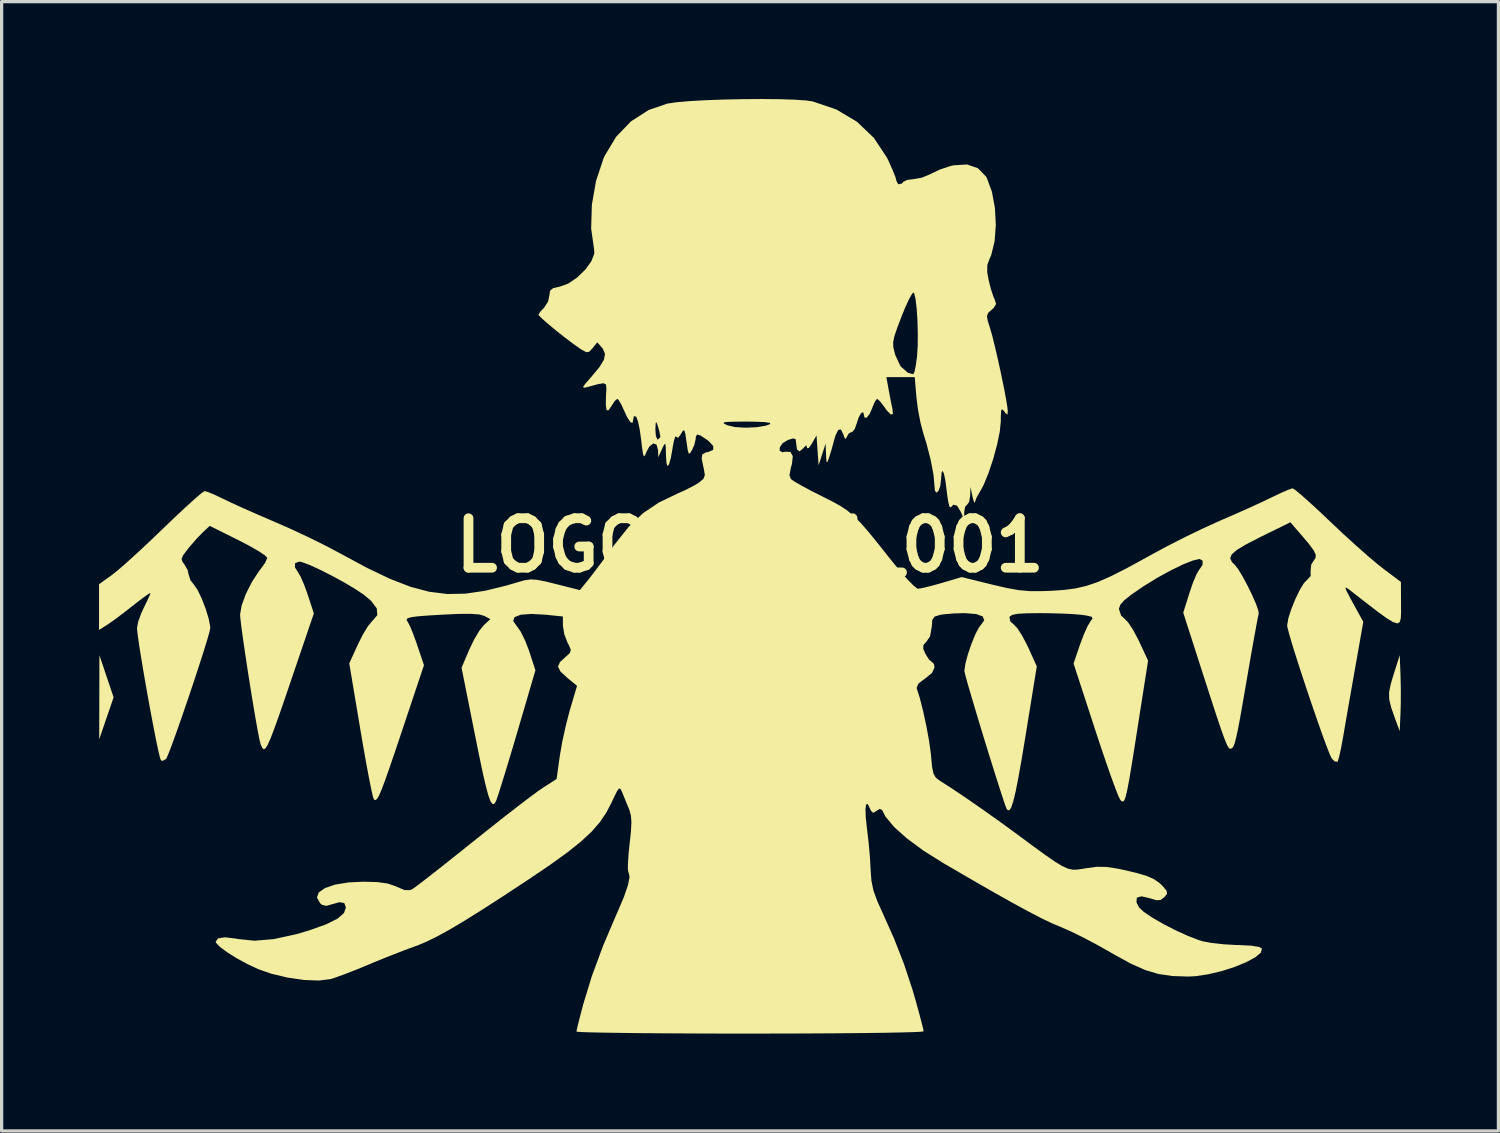
<source format=kicad_pcb>
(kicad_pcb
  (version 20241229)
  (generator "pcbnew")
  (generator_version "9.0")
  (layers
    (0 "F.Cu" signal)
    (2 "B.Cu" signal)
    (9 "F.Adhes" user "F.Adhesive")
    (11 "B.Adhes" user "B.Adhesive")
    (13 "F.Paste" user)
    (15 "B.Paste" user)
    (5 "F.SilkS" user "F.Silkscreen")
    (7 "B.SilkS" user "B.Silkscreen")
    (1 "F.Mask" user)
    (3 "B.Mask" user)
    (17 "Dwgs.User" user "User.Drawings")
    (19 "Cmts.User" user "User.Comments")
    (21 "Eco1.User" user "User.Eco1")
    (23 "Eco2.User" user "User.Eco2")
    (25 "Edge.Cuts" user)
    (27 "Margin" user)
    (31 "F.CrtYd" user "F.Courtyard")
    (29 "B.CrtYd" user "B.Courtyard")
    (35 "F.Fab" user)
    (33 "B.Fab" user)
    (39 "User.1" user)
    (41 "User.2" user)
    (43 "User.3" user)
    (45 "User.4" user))
  (footprint "LOGO_FLAN_001"
    (layer "F.Cu")
    (at 20.053 13.747)
    (property "Reference" "LOGO_FLAN_001" (at 0 0 0) (layer "F.SilkS") (effects (font (size 1.524 1.524) (thickness 0.3))))
    (attr through_hole)
    (fp_poly (pts (xy -19.822 4.033) (xy -19.604 4.682) (xy -19.825 5.328) (xy -20.047 5.974) (xy -20.044 4.679) (xy -20.041 3.384)) (stroke (width 0) (type solid)) (fill yes) (layer "F.SilkS"))
    (fp_poly (pts (xy 20.035 3.993) (xy 20.045 4.407) (xy 20.044 4.854) (xy 20.035 5.163) (xy 20.011 5.723) (xy 19.871 5.347) (xy 19.749 5) (xy 19.687 4.747) (xy 19.683 4.524) (xy 19.735 4.271) (xy 19.818 3.993) (xy 20.011 3.384)) (stroke (width 0) (type solid)) (fill yes) (layer "F.SilkS"))
    (fp_poly (pts (xy 0.903 -13.742) (xy 1.369 -13.727) (xy 1.73 -13.702) (xy 1.929 -13.673) (xy 2.66 -13.424) (xy 3.292 -13.048) (xy 3.814 -12.55) (xy 4.217 -11.941) (xy 4.264 -11.844) (xy 4.389 -11.567) (xy 4.478 -11.341) (xy 4.512 -11.217) (xy 4.512 -11.217) (xy 4.564 -11.122) (xy 4.67 -11.14) (xy 4.721 -11.196) (xy 4.833 -11.254) (xy 5.032 -11.28) (xy 5.039 -11.28) (xy 5.293 -11.325) (xy 5.558 -11.435) (xy 5.582 -11.449) (xy 5.84 -11.572) (xy 6.155 -11.678) (xy 6.265 -11.705) (xy 6.682 -11.731) (xy 7.018 -11.616) (xy 7.263 -11.364) (xy 7.3 -11.299) (xy 7.451 -10.887) (xy 7.542 -10.392) (xy 7.57 -9.868) (xy 7.533 -9.369) (xy 7.431 -8.949) (xy 7.379 -8.829) (xy 7.309 -8.637) (xy 7.305 -8.419) (xy 7.348 -8.175) (xy 7.419 -7.894) (xy 7.497 -7.657) (xy 7.531 -7.582) (xy 7.578 -7.433) (xy 7.504 -7.311) (xy 7.44 -7.255) (xy 7.333 -7.158) (xy 7.296 -7.059) (xy 7.324 -6.904) (xy 7.387 -6.707) (xy 7.456 -6.469) (xy 7.541 -6.127) (xy 7.635 -5.723) (xy 7.729 -5.293) (xy 7.815 -4.879) (xy 7.883 -4.519) (xy 7.926 -4.254) (xy 7.937 -4.141) (xy 7.929 -4.029) (xy 7.879 -4.061) (xy 7.828 -4.128) (xy 7.766 -4.193) (xy 7.734 -4.153) (xy 7.724 -3.983) (xy 7.724 -3.83) (xy 7.694 -3.514) (xy 7.61 -3.105) (xy 7.488 -2.655) (xy 7.343 -2.221) (xy 7.193 -1.856) (xy 7.084 -1.658) (xy 6.975 -1.468) (xy 6.924 -1.324) (xy 6.903 -1.32) (xy 6.864 -1.448) (xy 6.851 -1.504) (xy 6.79 -1.796) (xy 6.779 -1.525) (xy 6.749 -1.34) (xy 6.69 -1.254) (xy 6.684 -1.253) (xy 6.622 -1.181) (xy 6.597 -1.024) (xy 6.593 -0.794) (xy 6.492 -1.029) (xy 6.375 -1.224) (xy 6.262 -1.252) (xy 6.181 -1.166) (xy 6.143 -1.192) (xy 6.102 -1.351) (xy 6.064 -1.611) (xy 6.059 -1.661) (xy 6.017 -1.989) (xy 5.973 -2.204) (xy 5.932 -2.292) (xy 5.9 -2.241) (xy 5.884 -2.037) (xy 5.857 -1.82) (xy 5.802 -1.674) (xy 5.74 -1.622) (xy 5.693 -1.688) (xy 5.682 -1.817) (xy 5.651 -2.168) (xy 5.566 -2.62) (xy 5.438 -3.121) (xy 5.337 -3.447) (xy 5.247 -3.789) (xy 5.169 -4.202) (xy 5.125 -4.554) (xy 5.072 -5.18) (xy 4.199 -5.18) (xy 4.271 -4.783) (xy 4.323 -4.503) (xy 4.372 -4.265) (xy 4.387 -4.199) (xy 4.399 -4.044) (xy 4.337 -4.029) (xy 4.215 -4.151) (xy 4.136 -4.261) (xy 4.011 -4.426) (xy 3.922 -4.509) (xy 3.913 -4.512) (xy 3.853 -4.441) (xy 3.776 -4.266) (xy 3.76 -4.219) (xy 3.675 -4.032) (xy 3.586 -3.929) (xy 3.523 -3.937) (xy 3.509 -4.011) (xy 3.482 -4.104) (xy 3.419 -4.069) (xy 3.343 -3.933) (xy 3.294 -3.781) (xy 3.227 -3.588) (xy 3.154 -3.496) (xy 3.136 -3.495) (xy 3.045 -3.451) (xy 2.995 -3.369) (xy 2.944 -3.273) (xy 2.904 -3.323) (xy 2.878 -3.405) (xy 2.801 -3.565) (xy 2.719 -3.559) (xy 2.634 -3.39) (xy 2.589 -3.238) (xy 2.514 -2.962) (xy 2.44 -2.72) (xy 2.425 -2.674) (xy 2.379 -2.559) (xy 2.355 -2.578) (xy 2.342 -2.744) (xy 2.34 -2.799) (xy 2.327 -3.133) (xy 2.219 -2.799) (xy 2.112 -2.465) (xy 2.079 -2.924) (xy 2.047 -3.384) (xy 1.904 -3.133) (xy 1.811 -3.001) (xy 1.759 -2.99) (xy 1.755 -3.008) (xy 1.733 -3.081) (xy 1.662 -3.017) (xy 1.639 -2.988) (xy 1.522 -2.893) (xy 1.445 -2.954) (xy 1.42 -3.143) (xy 1.405 -3.269) (xy 1.326 -3.293) (xy 1.17 -3.246) (xy 1.008 -3.15) (xy 0.918 -3.025) (xy 0.91 -2.917) (xy 0.994 -2.867) (xy 1.087 -2.883) (xy 1.245 -2.876) (xy 1.316 -2.744) (xy 1.291 -2.506) (xy 1.262 -2.412) (xy 1.214 -2.163) (xy 1.255 -2.045) (xy 1.36 -1.969) (xy 1.583 -1.84) (xy 1.889 -1.676) (xy 2.204 -1.517) (xy 2.519 -1.359) (xy 2.773 -1.219) (xy 2.991 -1.075) (xy 3.195 -0.906) (xy 3.408 -0.69) (xy 3.655 -0.407) (xy 3.958 -0.034) (xy 4.337 0.445) (xy 4.604 0.772) (xy 4.845 1.046) (xy 5.037 1.241) (xy 5.156 1.333) (xy 5.172 1.337) (xy 5.314 1.314) (xy 5.564 1.254) (xy 5.872 1.169) (xy 5.913 1.157) (xy 6.519 0.978) (xy 7.456 1.209) (xy 7.912 1.315) (xy 8.275 1.38) (xy 8.609 1.41) (xy 8.981 1.411) (xy 9.272 1.401) (xy 9.672 1.374) (xy 10.027 1.327) (xy 10.366 1.248) (xy 10.718 1.127) (xy 11.114 0.953) (xy 11.584 0.715) (xy 12.158 0.402) (xy 12.343 0.299) (xy 12.845 0.028) (xy 13.407 -0.258) (xy 13.964 -0.527) (xy 14.448 -0.746) (xy 14.473 -0.757) (xy 14.919 -0.951) (xy 15.369 -1.151) (xy 15.77 -1.335) (xy 16.061 -1.475) (xy 16.344 -1.61) (xy 16.574 -1.71) (xy 16.705 -1.754) (xy 16.713 -1.755) (xy 16.8 -1.699) (xy 16.985 -1.546) (xy 17.247 -1.313) (xy 17.566 -1.019) (xy 17.87 -0.731) (xy 18.264 -0.359) (xy 18.665 0.006) (xy 19.037 0.334) (xy 19.346 0.595) (xy 19.492 0.71) (xy 20.048 1.128) (xy 20.051 1.82) (xy 20.052 2.07) (xy 20.044 2.253) (xy 20.01 2.367) (xy 19.935 2.405) (xy 19.803 2.363) (xy 19.599 2.238) (xy 19.307 2.025) (xy 18.91 1.719) (xy 18.474 1.379) (xy 18.373 1.306) (xy 18.337 1.307) (xy 18.371 1.401) (xy 18.478 1.608) (xy 18.574 1.784) (xy 18.889 2.356) (xy 18.636 3.789) (xy 18.542 4.322) (xy 18.448 4.856) (xy 18.363 5.346) (xy 18.294 5.745) (xy 18.265 5.917) (xy 18.205 6.241) (xy 18.148 6.5) (xy 18.102 6.65) (xy 18.091 6.668) (xy 18.006 6.656) (xy 17.918 6.568) (xy 17.858 6.442) (xy 17.757 6.185) (xy 17.624 5.824) (xy 17.47 5.387) (xy 17.303 4.901) (xy 17.132 4.395) (xy 16.967 3.895) (xy 16.817 3.429) (xy 16.691 3.024) (xy 16.599 2.709) (xy 16.549 2.511) (xy 16.543 2.467) (xy 16.578 2.256) (xy 16.668 1.972) (xy 16.793 1.663) (xy 16.93 1.377) (xy 17.06 1.164) (xy 17.144 1.078) (xy 17.268 0.945) (xy 17.265 0.811) (xy 17.283 0.599) (xy 17.351 0.486) (xy 17.416 0.393) (xy 17.425 0.293) (xy 17.363 0.158) (xy 17.217 -0.04) (xy 16.973 -0.329) (xy 16.932 -0.376) (xy 16.643 -0.71) (xy 15.716 -0.254) (xy 15.285 -0.033) (xy 14.995 0.141) (xy 14.835 0.281) (xy 14.789 0.402) (xy 14.845 0.518) (xy 14.921 0.591) (xy 15.028 0.723) (xy 15.169 0.954) (xy 15.323 1.241) (xy 15.47 1.543) (xy 15.589 1.817) (xy 15.659 2.022) (xy 15.667 2.106) (xy 15.642 2.216) (xy 15.595 2.466) (xy 15.528 2.833) (xy 15.446 3.291) (xy 15.355 3.816) (xy 15.296 4.158) (xy 15.185 4.803) (xy 15.097 5.302) (xy 15.027 5.674) (xy 14.97 5.936) (xy 14.923 6.108) (xy 14.881 6.208) (xy 14.839 6.254) (xy 14.793 6.266) (xy 14.791 6.266) (xy 14.757 6.252) (xy 14.717 6.197) (xy 14.664 6.086) (xy 14.592 5.902) (xy 14.495 5.63) (xy 14.369 5.254) (xy 14.206 4.757) (xy 14.002 4.124) (xy 13.902 3.815) (xy 13.343 2.075) (xy 13.539 1.452) (xy 13.645 1.144) (xy 13.75 0.894) (xy 13.833 0.75) (xy 13.844 0.739) (xy 13.937 0.605) (xy 13.94 0.476) (xy 13.85 0.42) (xy 13.849 0.42) (xy 13.643 0.467) (xy 13.334 0.59) (xy 12.958 0.773) (xy 12.549 0.997) (xy 12.143 1.247) (xy 12.08 1.288) (xy 11.739 1.523) (xy 11.521 1.697) (xy 11.404 1.831) (xy 11.364 1.947) (xy 11.363 1.966) (xy 11.43 2.165) (xy 11.53 2.256) (xy 11.643 2.371) (xy 11.793 2.596) (xy 11.949 2.887) (xy 11.978 2.948) (xy 12.26 3.551) (xy 11.943 5.575) (xy 11.834 6.271) (xy 11.746 6.818) (xy 11.676 7.233) (xy 11.619 7.531) (xy 11.573 7.729) (xy 11.533 7.844) (xy 11.495 7.89) (xy 11.455 7.886) (xy 11.409 7.847) (xy 11.405 7.842) (xy 11.351 7.734) (xy 11.254 7.49) (xy 11.122 7.131) (xy 10.965 6.681) (xy 10.789 6.163) (xy 10.631 5.685) (xy 9.965 3.64) (xy 10.163 3.059) (xy 10.278 2.752) (xy 10.393 2.495) (xy 10.485 2.341) (xy 10.488 2.337) (xy 10.551 2.25) (xy 10.517 2.199) (xy 10.36 2.162) (xy 10.226 2.142) (xy 9.974 2.12) (xy 9.612 2.102) (xy 9.197 2.091) (xy 8.937 2.089) (xy 8.522 2.093) (xy 8.246 2.109) (xy 8.082 2.141) (xy 8.004 2.19) (xy 7.991 2.213) (xy 8.018 2.349) (xy 8.112 2.427) (xy 8.226 2.544) (xy 8.374 2.77) (xy 8.528 3.062) (xy 8.557 3.122) (xy 8.832 3.728) (xy 8.484 5.876) (xy 8.364 6.6) (xy 8.262 7.171) (xy 8.177 7.6) (xy 8.103 7.901) (xy 8.04 8.085) (xy 7.982 8.164) (xy 7.928 8.15) (xy 7.906 8.121) (xy 7.862 8.011) (xy 7.78 7.769) (xy 7.667 7.42) (xy 7.531 6.992) (xy 7.38 6.51) (xy 7.223 6.001) (xy 7.068 5.492) (xy 6.923 5.008) (xy 6.795 4.578) (xy 6.693 4.227) (xy 6.626 3.981) (xy 6.601 3.867) (xy 6.601 3.866) (xy 6.632 3.649) (xy 6.711 3.352) (xy 6.821 3.03) (xy 6.941 2.737) (xy 7.053 2.525) (xy 7.101 2.465) (xy 7.213 2.309) (xy 7.167 2.191) (xy 6.969 2.117) (xy 6.623 2.089) (xy 6.601 2.089) (xy 6.281 2.098) (xy 5.988 2.122) (xy 5.859 2.141) (xy 5.686 2.194) (xy 5.613 2.297) (xy 5.598 2.504) (xy 5.544 2.805) (xy 5.44 2.958) (xy 5.338 3.073) (xy 5.336 3.191) (xy 5.404 3.347) (xy 5.509 3.515) (xy 5.599 3.592) (xy 5.604 3.593) (xy 5.667 3.663) (xy 5.682 3.763) (xy 5.604 3.932) (xy 5.391 4.104) (xy 5.384 4.108) (xy 5.183 4.262) (xy 5.13 4.393) (xy 5.134 4.404) (xy 5.23 4.709) (xy 5.334 5.121) (xy 5.434 5.583) (xy 5.516 6.035) (xy 5.569 6.42) (xy 5.576 6.503) (xy 5.607 6.827) (xy 5.649 7.029) (xy 5.718 7.152) (xy 5.83 7.241) (xy 5.84 7.247) (xy 6.199 7.477) (xy 6.655 7.783) (xy 7.174 8.143) (xy 7.719 8.53) (xy 8.23 8.903) (xy 8.723 9.268) (xy 9.104 9.545) (xy 9.393 9.744) (xy 9.612 9.878) (xy 9.784 9.956) (xy 9.931 9.99) (xy 10.073 9.989) (xy 10.233 9.966) (xy 10.345 9.946) (xy 10.677 9.901) (xy 10.982 9.906) (xy 11.341 9.962) (xy 11.461 9.987) (xy 11.905 10.091) (xy 12.221 10.185) (xy 12.445 10.284) (xy 12.614 10.403) (xy 12.708 10.494) (xy 12.831 10.641) (xy 12.843 10.736) (xy 12.759 10.839) (xy 12.644 10.925) (xy 12.509 10.93) (xy 12.317 10.871) (xy 12.056 10.811) (xy 11.914 10.854) (xy 11.901 10.993) (xy 11.979 11.15) (xy 12.123 11.287) (xy 12.383 11.463) (xy 12.722 11.659) (xy 13.1 11.854) (xy 13.48 12.027) (xy 13.822 12.159) (xy 13.954 12.199) (xy 14.218 12.248) (xy 14.578 12.288) (xy 14.965 12.31) (xy 15.03 12.311) (xy 15.434 12.331) (xy 15.683 12.371) (xy 15.769 12.424) (xy 15.73 12.55) (xy 15.556 12.694) (xy 15.277 12.843) (xy 14.925 12.987) (xy 14.528 13.114) (xy 14.117 13.212) (xy 13.722 13.271) (xy 13.494 13.283) (xy 13.007 13.266) (xy 12.582 13.204) (xy 12.172 13.082) (xy 11.731 12.886) (xy 11.212 12.602) (xy 11.124 12.55) (xy 10.699 12.31) (xy 10.262 12.079) (xy 9.864 11.884) (xy 9.557 11.751) (xy 9.296 11.641) (xy 8.964 11.481) (xy 8.549 11.265) (xy 8.039 10.987) (xy 7.421 10.639) (xy 6.684 10.214) (xy 5.969 9.798) (xy 5.349 9.409) (xy 4.833 9.03) (xy 4.435 8.673) (xy 4.169 8.352) (xy 4.069 8.155) (xy 3.996 8.117) (xy 3.9 8.177) (xy 3.789 8.241) (xy 3.719 8.17) (xy 3.691 8.1) (xy 3.622 7.966) (xy 3.576 7.979) (xy 3.556 8.122) (xy 3.563 8.376) (xy 3.601 8.724) (xy 3.603 8.743) (xy 3.653 9.163) (xy 3.693 9.618) (xy 3.713 9.985) (xy 3.738 10.33) (xy 3.801 10.633) (xy 3.92 10.962) (xy 4.045 11.238) (xy 4.43 12.099) (xy 4.74 12.891) (xy 5.002 13.682) (xy 5.1 14.019) (xy 5.2 14.383) (xy 5.281 14.687) (xy 5.333 14.896) (xy 5.347 14.97) (xy 5.266 14.982) (xy 5.032 14.994) (xy 4.658 15.004) (xy 4.16 15.014) (xy 3.55 15.022) (xy 2.843 15.029) (xy 2.053 15.034) (xy 1.193 15.038) (xy 0.279 15.039) (xy 0 15.039) (xy -0.928 15.039) (xy -1.806 15.036) (xy -2.618 15.031) (xy -3.351 15.026) (xy -3.991 15.018) (xy -4.523 15.01) (xy -4.935 15.001) (xy -5.212 14.991) (xy -5.34 14.98) (xy -5.347 14.977) (xy -5.327 14.874) (xy -5.272 14.648) (xy -5.192 14.339) (xy -5.141 14.145) (xy -4.875 13.276) (xy -4.525 12.328) (xy -4.11 11.355) (xy -4.076 11.28) (xy -3.885 10.83) (xy -3.761 10.468) (xy -3.711 10.213) (xy -3.739 10.082) (xy -3.746 10.077) (xy -3.764 9.982) (xy -3.76 9.76) (xy -3.737 9.447) (xy -3.712 9.217) (xy -3.669 8.814) (xy -3.654 8.532) (xy -3.669 8.329) (xy -3.714 8.16) (xy -3.736 8.105) (xy -3.842 7.847) (xy -3.936 7.616) (xy -3.941 7.603) (xy -3.989 7.503) (xy -4.037 7.49) (xy -4.104 7.584) (xy -4.212 7.804) (xy -4.261 7.913) (xy -4.426 8.231) (xy -4.626 8.527) (xy -4.88 8.819) (xy -5.207 9.123) (xy -5.623 9.456) (xy -6.149 9.836) (xy -6.802 10.278) (xy -6.841 10.304) (xy -7.607 10.808) (xy -8.253 11.225) (xy -8.794 11.563) (xy -9.248 11.833) (xy -9.63 12.043) (xy -9.957 12.204) (xy -10.244 12.325) (xy -10.361 12.367) (xy -10.677 12.483) (xy -11.083 12.641) (xy -11.514 12.815) (xy -11.75 12.914) (xy -12.133 13.072) (xy -12.495 13.213) (xy -12.787 13.318) (xy -12.922 13.361) (xy -13.279 13.405) (xy -13.737 13.388) (xy -14.243 13.315) (xy -14.748 13.194) (xy -15.139 13.058) (xy -15.473 12.903) (xy -15.805 12.723) (xy -16.1 12.538) (xy -16.326 12.372) (xy -16.448 12.245) (xy -16.46 12.209) (xy -16.386 12.107) (xy -16.175 12.074) (xy -15.844 12.112) (xy -15.777 12.126) (xy -15.263 12.179) (xy -14.666 12.129) (xy -13.969 11.976) (xy -13.553 11.852) (xy -13.052 11.672) (xy -12.707 11.499) (xy -12.509 11.327) (xy -12.449 11.159) (xy -12.497 11.019) (xy -12.648 10.992) (xy -12.855 11.05) (xy -13.055 11.106) (xy -13.185 11.072) (xy -13.246 11.02) (xy -13.34 10.849) (xy -13.284 10.692) (xy -13.093 10.557) (xy -12.783 10.451) (xy -12.371 10.383) (xy -11.901 10.361) (xy -11.474 10.373) (xy -11.163 10.417) (xy -10.921 10.499) (xy -10.877 10.52) (xy -10.641 10.618) (xy -10.476 10.621) (xy -10.401 10.589) (xy -10.294 10.513) (xy -10.076 10.348) (xy -9.766 10.107) (xy -9.384 9.806) (xy -8.949 9.46) (xy -8.524 9.12) (xy -8.039 8.733) (xy -7.574 8.366) (xy -7.15 8.037) (xy -6.792 7.764) (xy -6.522 7.565) (xy -6.384 7.47) (xy -5.959 7.198) (xy -5.861 6.493) (xy -5.786 6.059) (xy -5.678 5.565) (xy -5.561 5.11) (xy -5.546 5.059) (xy -5.329 4.328) (xy -5.631 4.08) (xy -5.842 3.884) (xy -5.916 3.736) (xy -5.855 3.596) (xy -5.702 3.455) (xy -5.554 3.323) (xy -5.52 3.218) (xy -5.586 3.065) (xy -5.619 3.006) (xy -5.722 2.74) (xy -5.765 2.469) (xy -5.765 2.192) (xy -6.287 2.138) (xy -6.741 2.113) (xy -7.066 2.138) (xy -7.254 2.212) (xy -7.296 2.33) (xy -7.184 2.49) (xy -7.183 2.491) (xy -7.066 2.655) (xy -6.933 2.923) (xy -6.81 3.239) (xy -6.805 3.255) (xy -6.611 3.849) (xy -7.186 5.81) (xy -7.349 6.36) (xy -7.501 6.862) (xy -7.633 7.291) (xy -7.738 7.624) (xy -7.809 7.836) (xy -7.835 7.901) (xy -7.888 7.967) (xy -7.941 7.963) (xy -7.999 7.875) (xy -8.065 7.69) (xy -8.144 7.393) (xy -8.241 6.972) (xy -8.358 6.411) (xy -8.483 5.791) (xy -8.886 3.77) (xy -8.649 3.213) (xy -8.501 2.904) (xy -8.34 2.634) (xy -8.206 2.465) (xy -8 2.273) (xy -8.185 2.174) (xy -8.338 2.13) (xy -8.603 2.11) (xy -8.998 2.113) (xy -9.428 2.133) (xy -9.907 2.161) (xy -10.24 2.187) (xy -10.449 2.216) (xy -10.555 2.252) (xy -10.579 2.299) (xy -10.543 2.363) (xy -10.538 2.369) (xy -10.473 2.492) (xy -10.377 2.727) (xy -10.268 3.027) (xy -10.251 3.079) (xy -10.044 3.691) (xy -10.705 5.668) (xy -10.927 6.33) (xy -11.104 6.848) (xy -11.242 7.239) (xy -11.347 7.519) (xy -11.426 7.703) (xy -11.486 7.806) (xy -11.533 7.846) (xy -11.573 7.837) (xy -11.588 7.824) (xy -11.62 7.726) (xy -11.674 7.486) (xy -11.745 7.128) (xy -11.83 6.674) (xy -11.923 6.147) (xy -12 5.696) (xy -12.345 3.635) (xy -12.074 3.041) (xy -11.921 2.739) (xy -11.768 2.489) (xy -11.643 2.337) (xy -11.629 2.326) (xy -11.481 2.15) (xy -11.497 1.944) (xy -11.676 1.706) (xy -11.899 1.52) (xy -12.166 1.342) (xy -12.501 1.143) (xy -12.868 0.943) (xy -13.228 0.76) (xy -13.547 0.613) (xy -13.786 0.522) (xy -13.887 0.501) (xy -14.015 0.552) (xy -14.016 0.684) (xy -13.922 0.829) (xy -13.84 0.972) (xy -13.732 1.222) (xy -13.623 1.525) (xy -13.622 1.529) (xy -13.436 2.097) (xy -14.078 3.984) (xy -14.314 4.679) (xy -14.504 5.228) (xy -14.654 5.646) (xy -14.769 5.947) (xy -14.857 6.144) (xy -14.924 6.251) (xy -14.975 6.282) (xy -15.018 6.249) (xy -15.059 6.168) (xy -15.076 6.125) (xy -15.111 5.984) (xy -15.165 5.708) (xy -15.233 5.327) (xy -15.31 4.871) (xy -15.392 4.37) (xy -15.473 3.855) (xy -15.549 3.355) (xy -15.615 2.9) (xy -15.667 2.522) (xy -15.699 2.25) (xy -15.708 2.128) (xy -15.659 1.847) (xy -15.528 1.493) (xy -15.341 1.123) (xy -15.124 0.792) (xy -15.07 0.725) (xy -14.939 0.542) (xy -14.874 0.399) (xy -14.872 0.385) (xy -14.943 0.309) (xy -15.135 0.18) (xy -15.42 0.017) (xy -15.758 -0.159) (xy -16.643 -0.599) (xy -16.852 -0.404) (xy -17.037 -0.214) (xy -17.247 0.027) (xy -17.313 0.108) (xy -17.461 0.304) (xy -17.511 0.424) (xy -17.477 0.518) (xy -17.431 0.574) (xy -17.322 0.762) (xy -17.295 0.892) (xy -17.236 1.075) (xy -17.133 1.207) (xy -17.02 1.368) (xy -16.892 1.635) (xy -16.769 1.952) (xy -16.674 2.262) (xy -16.628 2.508) (xy -16.626 2.544) (xy -16.652 2.671) (xy -16.726 2.928) (xy -16.836 3.287) (xy -16.976 3.72) (xy -17.134 4.201) (xy -17.302 4.702) (xy -17.471 5.195) (xy -17.631 5.653) (xy -17.773 6.048) (xy -17.887 6.353) (xy -17.966 6.541) (xy -17.989 6.583) (xy -18.099 6.641) (xy -18.148 6.617) (xy -18.181 6.519) (xy -18.236 6.283) (xy -18.308 5.938) (xy -18.391 5.512) (xy -18.481 5.032) (xy -18.573 4.527) (xy -18.661 4.024) (xy -18.741 3.55) (xy -18.808 3.135) (xy -18.856 2.805) (xy -18.881 2.589) (xy -18.883 2.543) (xy -18.846 2.35) (xy -18.75 2.086) (xy -18.674 1.922) (xy -18.559 1.688) (xy -18.483 1.519) (xy -18.465 1.467) (xy -18.525 1.495) (xy -18.684 1.607) (xy -18.913 1.782) (xy -19.006 1.855) (xy -19.296 2.081) (xy -19.569 2.286) (xy -19.774 2.43) (xy -19.8 2.447) (xy -20.053 2.607) (xy -20.053 1.198) (xy -19.656 0.914) (xy -19.47 0.765) (xy -19.192 0.523) (xy -18.849 0.211) (xy -18.467 -0.146) (xy -18.076 -0.521) (xy -17.708 -0.874) (xy -17.377 -1.183) (xy -17.103 -1.431) (xy -16.906 -1.599) (xy -16.805 -1.67) (xy -16.799 -1.671) (xy -16.68 -1.636) (xy -16.463 -1.544) (xy -16.228 -1.431) (xy -15.971 -1.309) (xy -15.605 -1.142) (xy -15.174 -0.952) (xy -14.723 -0.757) (xy -14.622 -0.714) (xy -14.118 -0.492) (xy -13.574 -0.237) (xy -13.055 0.02) (xy -12.626 0.248) (xy -12.616 0.253) (xy -11.804 0.691) (xy -11.096 1.03) (xy -10.465 1.275) (xy -9.884 1.43) (xy -9.325 1.5) (xy -8.761 1.488) (xy -8.164 1.4) (xy -7.508 1.24) (xy -7.144 1.133) (xy -6.934 1.074) (xy -6.756 1.05) (xy -6.562 1.062) (xy -6.3 1.114) (xy -5.984 1.191) (xy -5.242 1.379) (xy -4.981 1.058) (xy -4.822 0.854) (xy -4.6 0.559) (xy -4.348 0.217) (xy -4.174 -0.023) (xy -3.74 -0.568) (xy -3.3 -0.988) (xy -2.808 -1.319) (xy -2.256 -1.584) (xy -1.961 -1.718) (xy -1.697 -1.856) (xy -1.575 -1.932) (xy -1.438 -2.045) (xy -1.393 -2.163) (xy -1.422 -2.353) (xy -1.44 -2.425) (xy -1.49 -2.671) (xy -1.47 -2.801) (xy -1.366 -2.86) (xy -1.286 -2.875) (xy -1.134 -2.94) (xy -1.134 -3.06) (xy -1.282 -3.218) (xy -1.325 -3.25) (xy -1.527 -3.383) (xy -1.632 -3.413) (xy -1.67 -3.342) (xy -1.674 -3.279) (xy -1.716 -3.096) (xy -1.787 -2.934) (xy -1.852 -2.832) (xy -1.892 -2.832) (xy -1.924 -2.956) (xy -1.957 -3.185) (xy -1.994 -3.437) (xy -2.027 -3.544) (xy -2.069 -3.529) (xy -2.126 -3.434) (xy -2.214 -3.31) (xy -2.269 -3.34) (xy -2.273 -3.35) (xy -2.306 -3.346) (xy -2.348 -3.207) (xy -2.375 -3.06) (xy -2.437 -2.708) (xy -2.494 -2.499) (xy -2.541 -2.438) (xy -2.574 -2.532) (xy -2.589 -2.757) (xy -2.596 -3.016) (xy -2.61 -3.126) (xy -2.644 -3.106) (xy -2.708 -2.976) (xy -2.712 -2.966) (xy -2.827 -2.715) (xy -2.834 -2.931) (xy -2.881 -3.104) (xy -2.982 -3.139) (xy -3.103 -3.042) (xy -3.185 -2.89) (xy -3.236 -2.768) (xy -3.271 -2.741) (xy -3.3 -2.829) (xy -3.331 -3.051) (xy -3.354 -3.254) (xy -3.399 -3.566) (xy -3.4 -3.572) (xy -2.916 -3.572) (xy -2.902 -3.371) (xy -2.856 -3.264) (xy -2.841 -3.259) (xy -2.769 -3.324) (xy -2.766 -3.363) (xy -2.796 -3.519) (xy -2.841 -3.676) (xy -2.881 -3.784) (xy -0.81 -3.784) (xy -0.808 -3.753) (xy -0.718 -3.706) (xy -0.706 -3.7) (xy -0.469 -3.643) (xy -0.145 -3.623) (xy 0.197 -3.638) (xy 0.49 -3.686) (xy 0.621 -3.735) (xy 0.614 -3.772) (xy 0.445 -3.796) (xy 0.12 -3.809) (xy -0.098 -3.811) (xy -0.476 -3.809) (xy -0.707 -3.801) (xy -0.81 -3.784) (xy -2.881 -3.784) (xy -2.884 -3.793) (xy -2.906 -3.772) (xy -2.915 -3.599) (xy -2.916 -3.572) (xy -3.4 -3.572) (xy -3.452 -3.815) (xy -3.503 -3.953) (xy -3.509 -3.96) (xy -3.578 -3.981) (xy -3.593 -3.902) (xy -3.618 -3.773) (xy -3.687 -3.793) (xy -3.79 -3.955) (xy -3.873 -4.136) (xy -3.974 -4.354) (xy -4.059 -4.49) (xy -4.088 -4.512) (xy -4.168 -4.446) (xy -4.261 -4.303) (xy -4.359 -4.158) (xy -4.419 -4.163) (xy -4.443 -4.325) (xy -4.437 -4.608) (xy -4.425 -4.83) (xy -4.438 -4.953) (xy -4.51 -4.993) (xy -4.676 -4.966) (xy -4.967 -4.887) (xy -5.013 -4.874) (xy -5.121 -4.852) (xy -5.141 -4.883) (xy -5.063 -4.991) (xy -4.905 -5.17) (xy -4.644 -5.483) (xy -4.501 -5.716) (xy -4.468 -5.896) (xy -4.533 -6.051) (xy -4.558 -6.082) (xy -4.705 -6.253) (xy -4.848 -6.076) (xy -4.953 -5.962) (xy -5.046 -5.949) (xy -5.196 -6.032) (xy -5.232 -6.056) (xy -5.443 -6.204) (xy -5.522 -6.263) (xy 4.409 -6.263) (xy 4.412 -6.11) (xy 4.45 -5.945) (xy 4.476 -5.855) (xy 4.634 -5.516) (xy 4.86 -5.317) (xy 5.027 -5.269) (xy 5.064 -5.343) (xy 5.105 -5.54) (xy 5.143 -5.818) (xy 5.143 -5.821) (xy 5.164 -6.145) (xy 5.167 -6.527) (xy 5.156 -6.924) (xy 5.132 -7.292) (xy 5.097 -7.588) (xy 5.054 -7.769) (xy 5.045 -7.787) (xy 4.994 -7.753) (xy 4.9 -7.59) (xy 4.779 -7.326) (xy 4.673 -7.066) (xy 4.533 -6.699) (xy 4.447 -6.445) (xy 4.409 -6.263) (xy -5.522 -6.263) (xy -5.699 -6.397) (xy -5.967 -6.609) (xy -6.213 -6.813) (xy -6.405 -6.981) (xy -6.508 -7.086) (xy -6.517 -7.104) (xy -6.462 -7.195) (xy -6.35 -7.311) (xy -6.221 -7.509) (xy -6.183 -7.689) (xy -6.161 -7.842) (xy -6.065 -7.922) (xy -5.861 -7.968) (xy -5.597 -8.064) (xy -5.324 -8.251) (xy -5.077 -8.49) (xy -4.89 -8.747) (xy -4.798 -8.983) (xy -4.801 -9.092) (xy -4.894 -9.757) (xy -4.873 -10.484) (xy -4.746 -11.22) (xy -4.516 -11.91) (xy -4.478 -11.996) (xy -4.127 -12.582) (xy -3.669 -13.058) (xy -3.125 -13.408) (xy -2.548 -13.606) (xy -2.267 -13.648) (xy -1.859 -13.683) (xy -1.36 -13.711) (xy -0.801 -13.731) (xy -0.215 -13.743) (xy 0.363 -13.747)) (stroke (width 0) (type solid)) (fill yes) (layer "F.SilkS")))
  (gr_rect
    (start -3 -3)
    (end 43.104 31.786)
    (stroke (width 0.1) (type default))
    (fill no)
    (layer "Edge.Cuts")))
</source>
